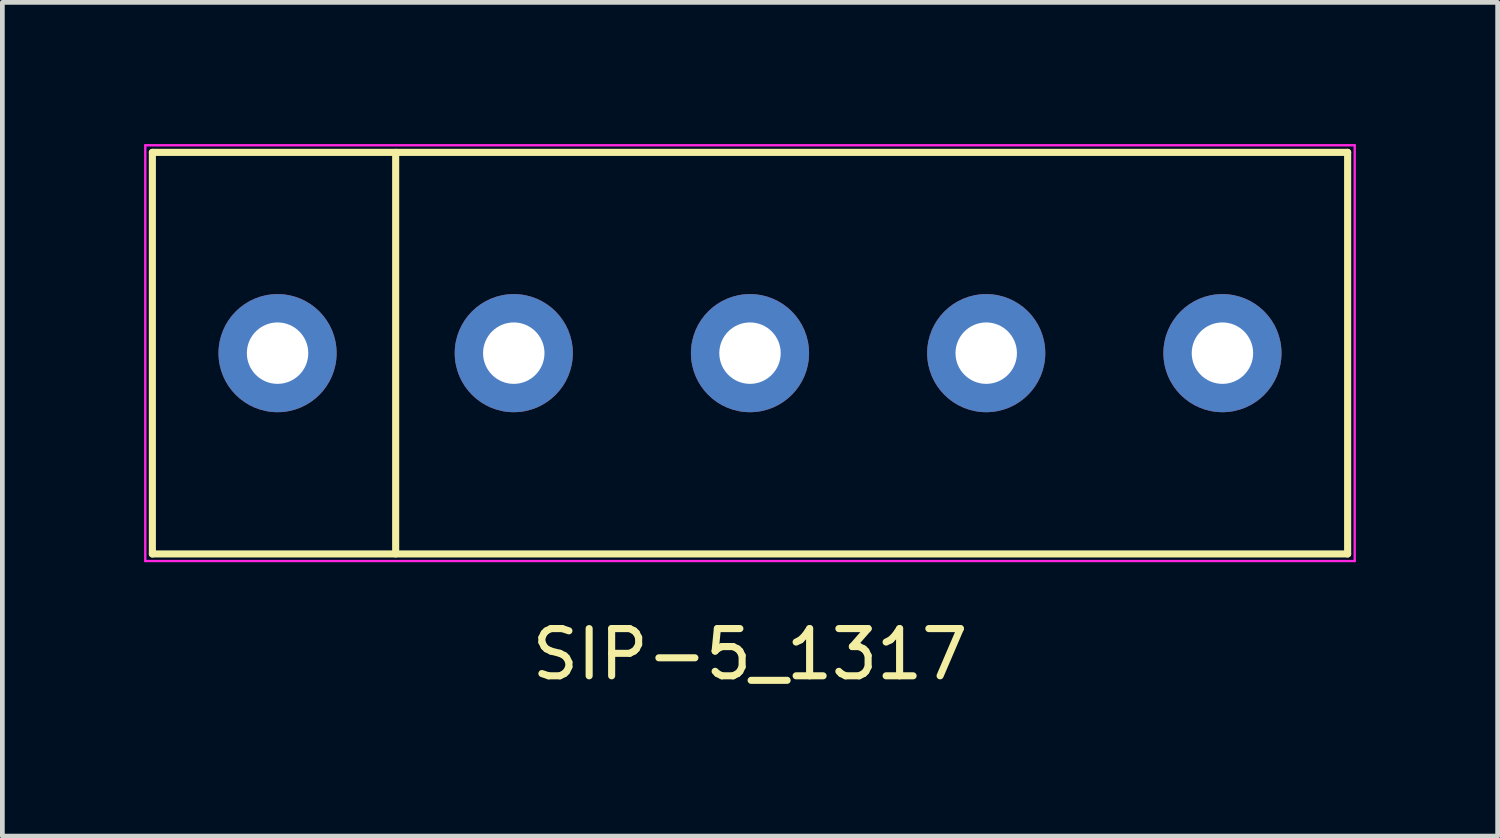
<source format=kicad_pcb>
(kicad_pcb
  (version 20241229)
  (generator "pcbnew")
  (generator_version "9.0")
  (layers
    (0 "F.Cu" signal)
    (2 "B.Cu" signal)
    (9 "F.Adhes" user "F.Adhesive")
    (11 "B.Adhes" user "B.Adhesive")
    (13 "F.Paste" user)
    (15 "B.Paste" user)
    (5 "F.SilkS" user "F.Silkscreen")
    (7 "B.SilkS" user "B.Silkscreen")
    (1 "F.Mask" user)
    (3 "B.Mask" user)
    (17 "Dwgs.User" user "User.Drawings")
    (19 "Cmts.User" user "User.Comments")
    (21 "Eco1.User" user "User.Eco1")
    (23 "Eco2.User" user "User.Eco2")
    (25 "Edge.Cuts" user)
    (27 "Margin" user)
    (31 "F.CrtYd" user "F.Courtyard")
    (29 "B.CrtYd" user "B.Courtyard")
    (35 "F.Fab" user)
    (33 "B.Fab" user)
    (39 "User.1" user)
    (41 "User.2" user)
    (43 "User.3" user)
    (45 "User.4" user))
  (footprint "SIP-5_1317"
    (layer "F.Cu")
    (at 12.825 4.425)
    (property "Reference" "SIP-5_1317" (at 0 6.375 0) (layer "F.SilkS") (effects (font (size 1 1) (thickness 0.15))))
    (attr through_hole)
    (fp_line (start -12.65 -4.25) (end 12.65 -4.25) (stroke (width 0.15) (type solid)) (layer "F.SilkS"))
    (fp_line (start -12.65 4.25) (end -12.65 -4.25) (stroke (width 0.15) (type solid)) (layer "F.SilkS"))
    (fp_line (start -7.5 -4.25) (end -7.5 4.25) (stroke (width 0.15) (type solid)) (layer "F.SilkS"))
    (fp_line (start 12.65 -4.25) (end 12.65 4.25) (stroke (width 0.15) (type solid)) (layer "F.SilkS"))
    (fp_line (start 12.65 4.25) (end -12.65 4.25) (stroke (width 0.15) (type solid)) (layer "F.SilkS"))
    (fp_line (start -12.8 -4.4) (end 12.8 -4.4) (stroke (width 0.05) (type solid)) (layer "F.CrtYd"))
    (fp_line (start -12.8 4.4) (end -12.8 -4.4) (stroke (width 0.05) (type solid)) (layer "F.CrtYd"))
    (fp_line (start 12.8 -4.4) (end 12.8 4.4) (stroke (width 0.05) (type solid)) (layer "F.CrtYd"))
    (fp_line (start 12.8 4.4) (end -12.8 4.4) (stroke (width 0.05) (type solid)) (layer "F.CrtYd"))
    (pad "1" thru_hole circle (at -10 0) (size 2.5 2.5) (drill 1.3) (layers "*.Cu" "*.Mask"))
    (pad "2" thru_hole circle (at -5 0) (size 2.5 2.5) (drill 1.3) (layers "*.Cu" "*.Mask"))
    (pad "3" thru_hole circle (at 0 0) (size 2.5 2.5) (drill 1.3) (layers "*.Cu" "*.Mask"))
    (pad "4" thru_hole circle (at 5 0) (size 2.5 2.5) (drill 1.3) (layers "*.Cu" "*.Mask"))
    (pad "5" thru_hole circle (at 10 0) (size 2.5 2.5) (drill 1.3) (layers "*.Cu" "*.Mask")))
  (gr_rect
    (start -3 -3)
    (end 28.65 14.648)
    (stroke (width 0.1) (type default))
    (fill no)
    (layer "Edge.Cuts")))
</source>
